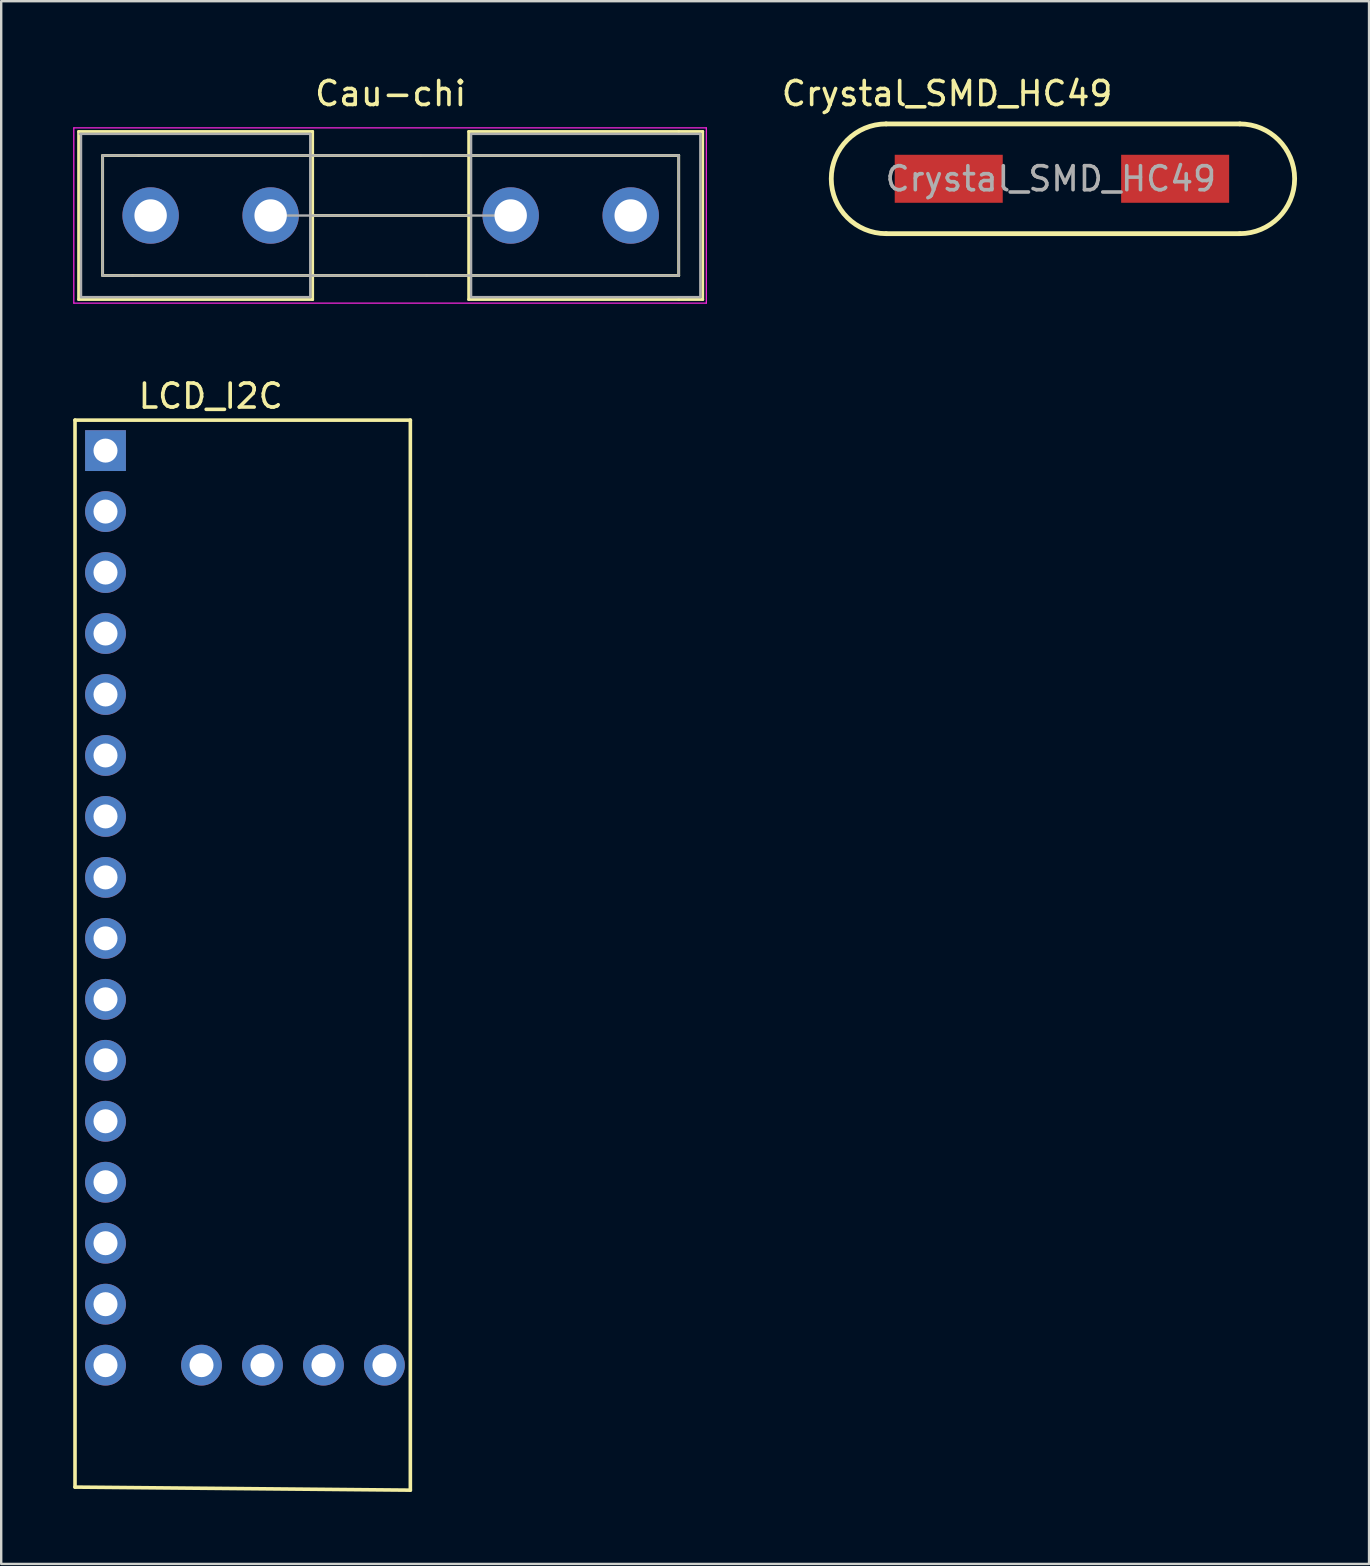
<source format=kicad_pcb>
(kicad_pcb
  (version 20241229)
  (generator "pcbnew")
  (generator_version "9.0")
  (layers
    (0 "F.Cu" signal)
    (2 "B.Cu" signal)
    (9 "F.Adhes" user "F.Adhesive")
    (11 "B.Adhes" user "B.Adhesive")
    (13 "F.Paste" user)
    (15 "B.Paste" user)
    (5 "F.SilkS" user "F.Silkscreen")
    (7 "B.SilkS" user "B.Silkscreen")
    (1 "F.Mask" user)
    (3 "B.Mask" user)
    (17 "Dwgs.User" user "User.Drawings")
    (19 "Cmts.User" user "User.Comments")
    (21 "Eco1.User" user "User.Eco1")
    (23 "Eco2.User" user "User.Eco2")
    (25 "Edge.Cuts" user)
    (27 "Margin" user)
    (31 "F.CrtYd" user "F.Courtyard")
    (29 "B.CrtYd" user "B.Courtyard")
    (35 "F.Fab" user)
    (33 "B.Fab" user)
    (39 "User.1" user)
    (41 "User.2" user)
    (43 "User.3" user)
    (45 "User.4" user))
  (footprint "LCD_I2C"
    (layer "F.Cu")
    (at 1.345 15.722)
    (property "Reference" "LCD_I2C" (at 4.385 -2.27 0) (layer "F.SilkS") (effects (font (size 1 1) (thickness 0.15))))
    (attr through_hole)
    (fp_line (start -1.27 -1.27) (end -1.27 43.18) (stroke (width 0.15) (type solid)) (layer "F.SilkS"))
    (fp_line (start -1.27 43.18) (end 12.7 43.307) (stroke (width 0.15) (type solid)) (layer "F.SilkS"))
    (fp_line (start 12.7 -1.27) (end -1.27 -1.27) (stroke (width 0.15) (type solid)) (layer "F.SilkS"))
    (fp_line (start 12.7 43.307) (end 12.7 -1.27) (stroke (width 0.15) (type solid)) (layer "F.SilkS"))
    (fp_line (start -0.32 -0.32) (end -0.32 0.32) (stroke (width 0.1) (type solid)) (layer "F.Fab"))
    (fp_line (start -0.32 2.22) (end -0.32 2.86) (stroke (width 0.1) (type solid)) (layer "F.Fab"))
    (fp_line (start -0.32 4.76) (end -0.32 5.4) (stroke (width 0.1) (type solid)) (layer "F.Fab"))
    (fp_line (start -0.32 7.3) (end -0.32 7.94) (stroke (width 0.1) (type solid)) (layer "F.Fab"))
    (fp_line (start -0.32 9.84) (end -0.32 10.48) (stroke (width 0.1) (type solid)) (layer "F.Fab"))
    (fp_line (start -0.32 12.38) (end -0.32 13.02) (stroke (width 0.1) (type solid)) (layer "F.Fab"))
    (fp_line (start -0.32 14.92) (end -0.32 15.56) (stroke (width 0.1) (type solid)) (layer "F.Fab"))
    (fp_line (start -0.32 17.46) (end -0.32 18.1) (stroke (width 0.1) (type solid)) (layer "F.Fab"))
    (fp_line (start -0.32 20) (end -0.32 20.64) (stroke (width 0.1) (type solid)) (layer "F.Fab"))
    (fp_line (start -0.32 22.54) (end -0.32 23.18) (stroke (width 0.1) (type solid)) (layer "F.Fab"))
    (fp_line (start -0.32 25.08) (end -0.32 25.72) (stroke (width 0.1) (type solid)) (layer "F.Fab"))
    (fp_line (start -0.32 27.62) (end -0.32 28.26) (stroke (width 0.1) (type solid)) (layer "F.Fab"))
    (fp_line (start -0.32 30.16) (end -0.32 30.8) (stroke (width 0.1) (type solid)) (layer "F.Fab"))
    (fp_line (start -0.32 32.7) (end -0.32 33.34) (stroke (width 0.1) (type solid)) (layer "F.Fab"))
    (fp_line (start -0.32 35.24) (end -0.32 35.88) (stroke (width 0.1) (type solid)) (layer "F.Fab"))
    (fp_line (start -0.32 37.78) (end -0.32 38.42) (stroke (width 0.1) (type solid)) (layer "F.Fab"))
    (pad "1" thru_hole rect (at 0 0) (size 1.7 1.7) (drill 1) (layers "*.Cu" "*.Mask"))
    (pad "2" thru_hole oval (at 0 2.54) (size 1.7 1.7) (drill 1) (layers "*.Cu" "*.Mask"))
    (pad "3" thru_hole oval (at 0 5.08) (size 1.7 1.7) (drill 1) (layers "*.Cu" "*.Mask"))
    (pad "4" thru_hole oval (at 0 7.62) (size 1.7 1.7) (drill 1) (layers "*.Cu" "*.Mask"))
    (pad "5" thru_hole oval (at 0 10.16) (size 1.7 1.7) (drill 1) (layers "*.Cu" "*.Mask"))
    (pad "6" thru_hole oval (at 0 12.7) (size 1.7 1.7) (drill 1) (layers "*.Cu" "*.Mask"))
    (pad "7" thru_hole oval (at 0 15.24) (size 1.7 1.7) (drill 1) (layers "*.Cu" "*.Mask"))
    (pad "8" thru_hole oval (at 0 17.78) (size 1.7 1.7) (drill 1) (layers "*.Cu" "*.Mask"))
    (pad "9" thru_hole oval (at 0 20.32) (size 1.7 1.7) (drill 1) (layers "*.Cu" "*.Mask"))
    (pad "10" thru_hole oval (at 0 22.86) (size 1.7 1.7) (drill 1) (layers "*.Cu" "*.Mask"))
    (pad "11" thru_hole oval (at 0 25.4) (size 1.7 1.7) (drill 1) (layers "*.Cu" "*.Mask"))
    (pad "12" thru_hole oval (at 0 27.94) (size 1.7 1.7) (drill 1) (layers "*.Cu" "*.Mask"))
    (pad "13" thru_hole oval (at 0 30.48) (size 1.7 1.7) (drill 1) (layers "*.Cu" "*.Mask"))
    (pad "14" thru_hole oval (at 0 33.02) (size 1.7 1.7) (drill 1) (layers "*.Cu" "*.Mask"))
    (pad "15" thru_hole oval (at 0 35.56) (size 1.7 1.7) (drill 1) (layers "*.Cu" "*.Mask"))
    (pad "16" thru_hole oval (at 0 38.1) (size 1.7 1.7) (drill 1) (layers "*.Cu" "*.Mask"))
    (pad "17" thru_hole oval (at 4 38.1) (size 1.7 1.7) (drill 1) (layers "*.Cu" "*.Mask"))
    (pad "18" thru_hole oval (at 6.54 38.1) (size 1.7 1.7) (drill 1) (layers "*.Cu" "*.Mask"))
    (pad "19" thru_hole oval (at 9.08 38.1) (size 1.7 1.7) (drill 1) (layers "*.Cu" "*.Mask"))
    (pad "20" thru_hole oval (at 11.62 38.1) (size 1.7 1.7) (drill 1) (layers "*.Cu" "*.Mask")))
  (footprint "Crystal_SMD_HC49"
    (layer "F.Cu")
    (at 36.406 4.398)
    (property "Reference" "Crystal_SMD_HC49" (at 0 -3.55 0) (layer "F.SilkS") (effects (font (size 1 1) (thickness 0.15))))
    (attr smd)
    (fp_line (start 12.192 -2.286) (end -2.54 -2.286) (stroke (width 0.2) (type solid)) (layer "F.SilkS"))
    (fp_line (start 12.192 2.286) (end -2.54 2.286) (stroke (width 0.2) (type solid)) (layer "F.SilkS"))
    (fp_arc (start -2.54 2.286) (mid -4.826 0) (end -2.54 -2.286) (stroke (width 0.2) (type solid)) (layer "F.SilkS"))
    (fp_arc (start 12.192 -2.286) (mid 14.478 0) (end 12.192 2.286) (stroke (width 0.2) (type solid)) (layer "F.SilkS"))
    (fp_text user "${REFERENCE}" (at 4.318 0 0) (layer "F.Fab") (effects (font (size 1 1) (thickness 0.15))))
    (pad "1" smd rect (at 0.068 0) (size 4.5 2) (layers "F.Cu" "F.Mask" "F.Paste"))
    (pad "2" smd rect (at 9.5 0) (size 4.5 2) (layers "F.Cu" "F.Mask" "F.Paste")))
  (footprint "Cau-chi"
    (layer "F.Cu")
    (at 3.225 5.928)
    (property "Reference" "Cau-chi" (at 10 -5.08 0) (layer "F.SilkS") (effects (font (size 1 1) (thickness 0.15))))
    (attr through_hole)
    (fp_line (start -3 -3.5) (end -3 3.5) (stroke (width 0.12) (type solid)) (layer "F.SilkS"))
    (fp_line (start -2 -2.5) (end -2 2.5) (stroke (width 0.12) (type solid)) (layer "F.SilkS"))
    (fp_line (start -0.75 2.5) (end -2 2.5) (stroke (width 0.12) (type solid)) (layer "F.SilkS"))
    (fp_line (start -0.5 -2.5) (end -2 -2.5) (stroke (width 0.12) (type solid)) (layer "F.SilkS"))
    (fp_line (start 6.75 -3.5) (end -3 -3.5) (stroke (width 0.12) (type solid)) (layer "F.SilkS"))
    (fp_line (start 6.75 -3.5) (end 6.75 3.5) (stroke (width 0.12) (type solid)) (layer "F.SilkS"))
    (fp_line (start 6.75 3.5) (end -3 3.5) (stroke (width 0.12) (type solid)) (layer "F.SilkS"))
    (fp_line (start 11.25 -2.5) (end -0.5 -2.5) (stroke (width 0.12) (type solid)) (layer "F.SilkS"))
    (fp_line (start 11.5 2.5) (end -0.75 2.5) (stroke (width 0.12) (type solid)) (layer "F.SilkS"))
    (fp_line (start 13.25 -3.5) (end 13.25 3.5) (stroke (width 0.12) (type solid)) (layer "F.SilkS"))
    (fp_line (start 13.25 0) (end 6.75 0) (stroke (width 0.12) (type solid)) (layer "F.SilkS"))
    (fp_line (start 22 -3.5) (end 13.25 -3.5) (stroke (width 0.12) (type solid)) (layer "F.SilkS"))
    (fp_line (start 22 -2.5) (end 11.25 -2.5) (stroke (width 0.12) (type solid)) (layer "F.SilkS"))
    (fp_line (start 22 -2.5) (end 22 2.5) (stroke (width 0.12) (type solid)) (layer "F.SilkS"))
    (fp_line (start 22 2.5) (end 11.5 2.5) (stroke (width 0.12) (type solid)) (layer "F.SilkS"))
    (fp_line (start 22 3.5) (end 13.25 3.5) (stroke (width 0.12) (type solid)) (layer "F.SilkS"))
    (fp_line (start 23 -3.5) (end 22 -3.5) (stroke (width 0.12) (type solid)) (layer "F.SilkS"))
    (fp_line (start 23 -3.5) (end 23 3.5) (stroke (width 0.12) (type solid)) (layer "F.SilkS"))
    (fp_line (start 23 3.5) (end 22 3.5) (stroke (width 0.12) (type solid)) (layer "F.SilkS"))
    (fp_line (start -3.2 -3.65) (end -3.2 3.65) (stroke (width 0.05) (type solid)) (layer "F.CrtYd"))
    (fp_line (start -3.2 -3.65) (end 23.15 -3.65) (stroke (width 0.05) (type solid)) (layer "F.CrtYd"))
    (fp_line (start 23.15 3.65) (end -3.2 3.65) (stroke (width 0.05) (type solid)) (layer "F.CrtYd"))
    (fp_line (start 23.15 3.65) (end 23.15 -3.65) (stroke (width 0.05) (type solid)) (layer "F.CrtYd"))
    (fp_line (start -2.95 -3.4) (end 6.65 -3.4) (stroke (width 0.1) (type solid)) (layer "F.Fab"))
    (fp_line (start -2.9 3.4) (end -2.9 -3.4) (stroke (width 0.1) (type solid)) (layer "F.Fab"))
    (fp_line (start -2 -2.5) (end 22 -2.5) (stroke (width 0.1) (type solid)) (layer "F.Fab"))
    (fp_line (start -2 2.5) (end -2 -2.5) (stroke (width 0.1) (type solid)) (layer "F.Fab"))
    (fp_line (start 5 0) (end 15 0) (stroke (width 0.1) (type solid)) (layer "F.Fab"))
    (fp_line (start 6.65 -3.4) (end 6.65 3.4) (stroke (width 0.1) (type solid)) (layer "F.Fab"))
    (fp_line (start 6.65 3.4) (end -2.9 3.4) (stroke (width 0.1) (type solid)) (layer "F.Fab"))
    (fp_line (start 13.35 -3.4) (end 13.35 3.4) (stroke (width 0.1) (type solid)) (layer "F.Fab"))
    (fp_line (start 13.35 3.4) (end 22.9 3.4) (stroke (width 0.1) (type solid)) (layer "F.Fab"))
    (fp_line (start 22 -2.5) (end 22 2.5) (stroke (width 0.1) (type solid)) (layer "F.Fab"))
    (fp_line (start 22 2.5) (end -2 2.5) (stroke (width 0.1) (type solid)) (layer "F.Fab"))
    (fp_line (start 22.9 -3.4) (end 13.35 -3.4) (stroke (width 0.1) (type solid)) (layer "F.Fab"))
    (fp_line (start 22.9 3.4) (end 22.9 -3.4) (stroke (width 0.1) (type solid)) (layer "F.Fab"))
    (pad "1" thru_hole circle (at 0 0) (size 2.35 2.35) (drill 1.35) (layers "*.Cu" "*.Mask"))
    (pad "1" thru_hole circle (at 5 0) (size 2.35 2.35) (drill 1.35) (layers "*.Cu" "*.Mask"))
    (pad "2" thru_hole circle (at 15 0) (size 2.35 2.35) (drill 1.35) (layers "*.Cu" "*.Mask"))
    (pad "2" thru_hole circle (at 20 0) (size 2.35 2.35) (drill 1.35) (layers "*.Cu" "*.Mask")))
  (gr_rect
    (start -3 -3)
    (end 53.984 62.103)
    (stroke (width 0.1) (type default))
    (fill no)
    (layer "Edge.Cuts")))
</source>
